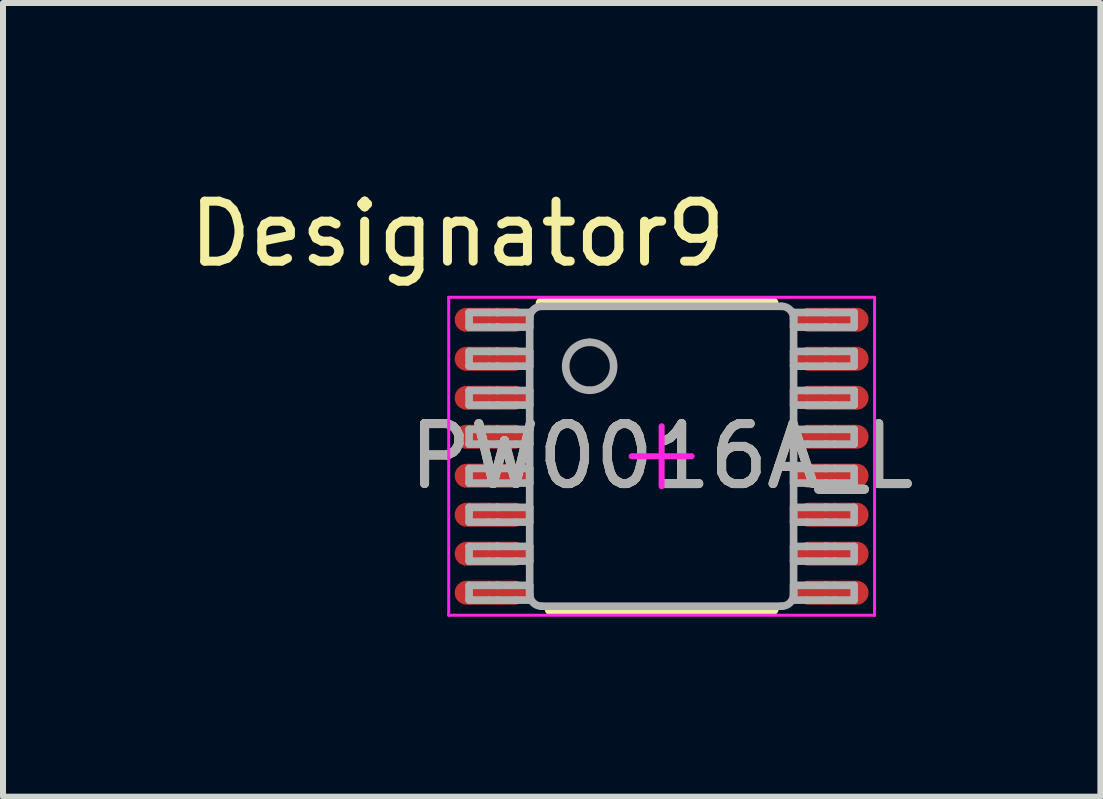
<source format=kicad_pcb>
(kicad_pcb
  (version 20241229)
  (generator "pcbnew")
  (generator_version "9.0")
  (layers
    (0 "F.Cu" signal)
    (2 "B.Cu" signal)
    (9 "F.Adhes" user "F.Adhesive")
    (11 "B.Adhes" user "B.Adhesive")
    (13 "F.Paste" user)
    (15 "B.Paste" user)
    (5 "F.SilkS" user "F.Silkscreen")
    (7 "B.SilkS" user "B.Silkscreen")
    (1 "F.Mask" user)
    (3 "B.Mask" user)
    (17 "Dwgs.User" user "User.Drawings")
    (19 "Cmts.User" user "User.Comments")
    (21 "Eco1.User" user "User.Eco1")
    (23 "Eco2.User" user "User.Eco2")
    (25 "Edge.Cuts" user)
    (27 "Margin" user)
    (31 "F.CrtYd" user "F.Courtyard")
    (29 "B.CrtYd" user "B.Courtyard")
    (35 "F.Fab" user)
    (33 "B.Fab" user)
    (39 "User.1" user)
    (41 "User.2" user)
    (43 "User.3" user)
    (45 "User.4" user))
  (footprint "PW0016A_L"
    (layer "F.Cu")
    (at 7.981 4.557)
    (property "Reference" "PW0016A_L" (at 0 0 0) (unlocked yes) (layer "F.SilkS") (effects (font (size 1 1) (thickness 0.15))))
    (attr smd)
    (fp_line (start -2 -2.55) (end 1.85 -2.55) (stroke (width 0.2) (type solid)) (layer "F.SilkS"))
    (fp_line (start -1.85 2.55) (end 1.85 2.55) (stroke (width 0.2) (type solid)) (layer "F.SilkS"))
    (fp_line (start -3.55 -2.65) (end 3.55 -2.65) (stroke (width 0.05) (type solid)) (layer "F.CrtYd"))
    (fp_line (start -3.55 2.65) (end -3.55 -2.65) (stroke (width 0.05) (type solid)) (layer "F.CrtYd"))
    (fp_line (start -3.55 2.65) (end 3.55 2.65) (stroke (width 0.05) (type solid)) (layer "F.CrtYd"))
    (fp_line (start -0.5 0) (end 0.5 0) (stroke (width 0.1) (type solid)) (layer "F.CrtYd"))
    (fp_line (start -0.000003 0.5) (end -0.000003 -0.5) (stroke (width 0.1) (type solid)) (layer "F.CrtYd"))
    (fp_line (start 3.55 2.65) (end 3.55 -2.65) (stroke (width 0.05) (type solid)) (layer "F.CrtYd"))
    (fp_line (start -3.21 -2.397) (end -2.887 -2.397) (stroke (width 0.127) (type solid)) (layer "F.Fab"))
    (fp_line (start -3.21 -2.153) (end -3.21 -2.397) (stroke (width 0.127) (type solid)) (layer "F.Fab"))
    (fp_line (start -3.21 -2.153) (end -2.887 -2.153) (stroke (width 0.127) (type solid)) (layer "F.Fab"))
    (fp_line (start -3.21 -1.748) (end -2.887 -1.748) (stroke (width 0.127) (type solid)) (layer "F.Fab"))
    (fp_line (start -3.21 -1.502) (end -3.21 -1.748) (stroke (width 0.127) (type solid)) (layer "F.Fab"))
    (fp_line (start -3.21 -1.502) (end -2.887 -1.502) (stroke (width 0.127) (type solid)) (layer "F.Fab"))
    (fp_line (start -3.21 -1.097) (end -2.887 -1.097) (stroke (width 0.127) (type solid)) (layer "F.Fab"))
    (fp_line (start -3.21 -0.853) (end -3.21 -1.097) (stroke (width 0.127) (type solid)) (layer "F.Fab"))
    (fp_line (start -3.21 -0.853) (end -2.887 -0.853) (stroke (width 0.127) (type solid)) (layer "F.Fab"))
    (fp_line (start -3.21 -0.448) (end -2.887 -0.448) (stroke (width 0.127) (type solid)) (layer "F.Fab"))
    (fp_line (start -3.21 -0.202) (end -3.21 -0.448) (stroke (width 0.127) (type solid)) (layer "F.Fab"))
    (fp_line (start -3.21 -0.202) (end -2.887 -0.202) (stroke (width 0.127) (type solid)) (layer "F.Fab"))
    (fp_line (start -3.21 0.203) (end -2.887 0.203) (stroke (width 0.127) (type solid)) (layer "F.Fab"))
    (fp_line (start -3.21 0.447) (end -3.21 0.203) (stroke (width 0.127) (type solid)) (layer "F.Fab"))
    (fp_line (start -3.21 0.447) (end -2.887 0.447) (stroke (width 0.127) (type solid)) (layer "F.Fab"))
    (fp_line (start -3.21 0.852) (end -2.887 0.852) (stroke (width 0.127) (type solid)) (layer "F.Fab"))
    (fp_line (start -3.21 1.098) (end -3.21 0.852) (stroke (width 0.127) (type solid)) (layer "F.Fab"))
    (fp_line (start -3.21 1.098) (end -2.887 1.098) (stroke (width 0.127) (type solid)) (layer "F.Fab"))
    (fp_line (start -3.21 1.503) (end -2.887 1.503) (stroke (width 0.127) (type solid)) (layer "F.Fab"))
    (fp_line (start -3.21 1.748) (end -3.21 1.503) (stroke (width 0.127) (type solid)) (layer "F.Fab"))
    (fp_line (start -3.21 1.748) (end -2.887 1.748) (stroke (width 0.127) (type solid)) (layer "F.Fab"))
    (fp_line (start -3.21 2.152) (end -2.887 2.152) (stroke (width 0.127) (type solid)) (layer "F.Fab"))
    (fp_line (start -3.21 2.398) (end -3.21 2.152) (stroke (width 0.127) (type solid)) (layer "F.Fab"))
    (fp_line (start -3.21 2.398) (end -2.887 2.398) (stroke (width 0.127) (type solid)) (layer "F.Fab"))
    (fp_line (start -2.887 -2.397) (end -2.739 -2.397) (stroke (width 0.127) (type solid)) (layer "F.Fab"))
    (fp_line (start -2.887 -2.153) (end -2.739 -2.153) (stroke (width 0.127) (type solid)) (layer "F.Fab"))
    (fp_line (start -2.887 -1.748) (end -2.739 -1.748) (stroke (width 0.127) (type solid)) (layer "F.Fab"))
    (fp_line (start -2.887 -1.502) (end -2.739 -1.502) (stroke (width 0.127) (type solid)) (layer "F.Fab"))
    (fp_line (start -2.887 -1.097) (end -2.739 -1.097) (stroke (width 0.127) (type solid)) (layer "F.Fab"))
    (fp_line (start -2.887 -0.853) (end -2.739 -0.853) (stroke (width 0.127) (type solid)) (layer "F.Fab"))
    (fp_line (start -2.887 -0.448) (end -2.739 -0.448) (stroke (width 0.127) (type solid)) (layer "F.Fab"))
    (fp_line (start -2.887 -0.202) (end -2.739 -0.202) (stroke (width 0.127) (type solid)) (layer "F.Fab"))
    (fp_line (start -2.887 0.203) (end -2.739 0.203) (stroke (width 0.127) (type solid)) (layer "F.Fab"))
    (fp_line (start -2.887 0.447) (end -2.739 0.447) (stroke (width 0.127) (type solid)) (layer "F.Fab"))
    (fp_line (start -2.887 0.852) (end -2.739 0.852) (stroke (width 0.127) (type solid)) (layer "F.Fab"))
    (fp_line (start -2.887 1.098) (end -2.739 1.098) (stroke (width 0.127) (type solid)) (layer "F.Fab"))
    (fp_line (start -2.887 1.503) (end -2.739 1.503) (stroke (width 0.127) (type solid)) (layer "F.Fab"))
    (fp_line (start -2.887 1.748) (end -2.739 1.748) (stroke (width 0.127) (type solid)) (layer "F.Fab"))
    (fp_line (start -2.887 2.152) (end -2.739 2.152) (stroke (width 0.127) (type solid)) (layer "F.Fab"))
    (fp_line (start -2.887 2.398) (end -2.739 2.398) (stroke (width 0.127) (type solid)) (layer "F.Fab"))
    (fp_line (start -2.739 -2.397) (end -2.733 -2.397) (stroke (width 0.127) (type solid)) (layer "F.Fab"))
    (fp_line (start -2.739 -2.153) (end -2.733 -2.153) (stroke (width 0.127) (type solid)) (layer "F.Fab"))
    (fp_line (start -2.739 -1.748) (end -2.733 -1.748) (stroke (width 0.127) (type solid)) (layer "F.Fab"))
    (fp_line (start -2.739 -1.502) (end -2.733 -1.502) (stroke (width 0.127) (type solid)) (layer "F.Fab"))
    (fp_line (start -2.739 -1.097) (end -2.733 -1.097) (stroke (width 0.127) (type solid)) (layer "F.Fab"))
    (fp_line (start -2.739 -0.853) (end -2.733 -0.853) (stroke (width 0.127) (type solid)) (layer "F.Fab"))
    (fp_line (start -2.739 -0.448) (end -2.733 -0.448) (stroke (width 0.127) (type solid)) (layer "F.Fab"))
    (fp_line (start -2.739 -0.202) (end -2.733 -0.202) (stroke (width 0.127) (type solid)) (layer "F.Fab"))
    (fp_line (start -2.739 0.203) (end -2.733 0.203) (stroke (width 0.127) (type solid)) (layer "F.Fab"))
    (fp_line (start -2.739 0.447) (end -2.733 0.447) (stroke (width 0.127) (type solid)) (layer "F.Fab"))
    (fp_line (start -2.739 0.852) (end -2.733 0.852) (stroke (width 0.127) (type solid)) (layer "F.Fab"))
    (fp_line (start -2.739 1.098) (end -2.733 1.098) (stroke (width 0.127) (type solid)) (layer "F.Fab"))
    (fp_line (start -2.739 1.503) (end -2.733 1.503) (stroke (width 0.127) (type solid)) (layer "F.Fab"))
    (fp_line (start -2.739 1.748) (end -2.733 1.748) (stroke (width 0.127) (type solid)) (layer "F.Fab"))
    (fp_line (start -2.739 2.152) (end -2.733 2.152) (stroke (width 0.127) (type solid)) (layer "F.Fab"))
    (fp_line (start -2.739 2.398) (end -2.733 2.398) (stroke (width 0.127) (type solid)) (layer "F.Fab"))
    (fp_line (start -2.733 -2.397) (end -2.431 -2.397) (stroke (width 0.127) (type solid)) (layer "F.Fab"))
    (fp_line (start -2.733 -2.153) (end -2.431 -2.153) (stroke (width 0.127) (type solid)) (layer "F.Fab"))
    (fp_line (start -2.733 -1.748) (end -2.431 -1.748) (stroke (width 0.127) (type solid)) (layer "F.Fab"))
    (fp_line (start -2.733 -1.502) (end -2.431 -1.502) (stroke (width 0.127) (type solid)) (layer "F.Fab"))
    (fp_line (start -2.733 -1.097) (end -2.431 -1.097) (stroke (width 0.127) (type solid)) (layer "F.Fab"))
    (fp_line (start -2.733 -0.853) (end -2.431 -0.853) (stroke (width 0.127) (type solid)) (layer "F.Fab"))
    (fp_line (start -2.733 -0.448) (end -2.431 -0.448) (stroke (width 0.127) (type solid)) (layer "F.Fab"))
    (fp_line (start -2.733 -0.202) (end -2.431 -0.202) (stroke (width 0.127) (type solid)) (layer "F.Fab"))
    (fp_line (start -2.733 0.203) (end -2.431 0.203) (stroke (width 0.127) (type solid)) (layer "F.Fab"))
    (fp_line (start -2.733 0.447) (end -2.431 0.447) (stroke (width 0.127) (type solid)) (layer "F.Fab"))
    (fp_line (start -2.733 0.852) (end -2.431 0.852) (stroke (width 0.127) (type solid)) (layer "F.Fab"))
    (fp_line (start -2.733 1.098) (end -2.431 1.098) (stroke (width 0.127) (type solid)) (layer "F.Fab"))
    (fp_line (start -2.733 1.503) (end -2.431 1.503) (stroke (width 0.127) (type solid)) (layer "F.Fab"))
    (fp_line (start -2.733 1.748) (end -2.431 1.748) (stroke (width 0.127) (type solid)) (layer "F.Fab"))
    (fp_line (start -2.733 2.152) (end -2.431 2.152) (stroke (width 0.127) (type solid)) (layer "F.Fab"))
    (fp_line (start -2.733 2.398) (end -2.431 2.398) (stroke (width 0.127) (type solid)) (layer "F.Fab"))
    (fp_line (start -2.431 -2.397) (end -2.2 -2.397) (stroke (width 0.127) (type solid)) (layer "F.Fab"))
    (fp_line (start -2.431 -2.153) (end -2.2 -2.153) (stroke (width 0.127) (type solid)) (layer "F.Fab"))
    (fp_line (start -2.431 -1.748) (end -2.2 -1.748) (stroke (width 0.127) (type solid)) (layer "F.Fab"))
    (fp_line (start -2.431 -1.502) (end -2.2 -1.502) (stroke (width 0.127) (type solid)) (layer "F.Fab"))
    (fp_line (start -2.431 -1.097) (end -2.2 -1.097) (stroke (width 0.127) (type solid)) (layer "F.Fab"))
    (fp_line (start -2.431 -0.853) (end -2.2 -0.853) (stroke (width 0.127) (type solid)) (layer "F.Fab"))
    (fp_line (start -2.431 -0.448) (end -2.2 -0.448) (stroke (width 0.127) (type solid)) (layer "F.Fab"))
    (fp_line (start -2.431 -0.202) (end -2.2 -0.202) (stroke (width 0.127) (type solid)) (layer "F.Fab"))
    (fp_line (start -2.431 0.203) (end -2.2 0.203) (stroke (width 0.127) (type solid)) (layer "F.Fab"))
    (fp_line (start -2.431 0.447) (end -2.2 0.447) (stroke (width 0.127) (type solid)) (layer "F.Fab"))
    (fp_line (start -2.431 0.852) (end -2.2 0.852) (stroke (width 0.127) (type solid)) (layer "F.Fab"))
    (fp_line (start -2.431 1.098) (end -2.2 1.098) (stroke (width 0.127) (type solid)) (layer "F.Fab"))
    (fp_line (start -2.431 1.503) (end -2.2 1.503) (stroke (width 0.127) (type solid)) (layer "F.Fab"))
    (fp_line (start -2.431 1.748) (end -2.2 1.748) (stroke (width 0.127) (type solid)) (layer "F.Fab"))
    (fp_line (start -2.431 2.152) (end -2.2 2.152) (stroke (width 0.127) (type solid)) (layer "F.Fab"))
    (fp_line (start -2.431 2.398) (end -2.2 2.398) (stroke (width 0.127) (type solid)) (layer "F.Fab"))
    (fp_line (start -2.2 -2.153) (end -2.2 -2.397) (stroke (width 0.127) (type solid)) (layer "F.Fab"))
    (fp_line (start -2.2 -1.502) (end -2.2 -1.748) (stroke (width 0.127) (type solid)) (layer "F.Fab"))
    (fp_line (start -2.2 -0.853) (end -2.2 -1.097) (stroke (width 0.127) (type solid)) (layer "F.Fab"))
    (fp_line (start -2.2 -0.202) (end -2.2 -0.448) (stroke (width 0.127) (type solid)) (layer "F.Fab"))
    (fp_line (start -2.2 0.447) (end -2.2 0.203) (stroke (width 0.127) (type solid)) (layer "F.Fab"))
    (fp_line (start -2.2 1.098) (end -2.2 0.852) (stroke (width 0.127) (type solid)) (layer "F.Fab"))
    (fp_line (start -2.2 1.748) (end -2.2 1.503) (stroke (width 0.127) (type solid)) (layer "F.Fab"))
    (fp_line (start -2.2 2.3) (end -2.2 -2.3) (stroke (width 0.127) (type solid)) (layer "F.Fab"))
    (fp_line (start -2.2 2.398) (end -2.2 2.152) (stroke (width 0.127) (type solid)) (layer "F.Fab"))
    (fp_line (start -2 -2.5) (end 2 -2.5) (stroke (width 0.127) (type solid)) (layer "F.Fab"))
    (fp_line (start -2 2.5) (end 2 2.5) (stroke (width 0.127) (type solid)) (layer "F.Fab"))
    (fp_line (start 2.2 -2.397) (end 2.43 -2.397) (stroke (width 0.127) (type solid)) (layer "F.Fab"))
    (fp_line (start 2.2 -2.153) (end 2.2 -2.397) (stroke (width 0.127) (type solid)) (layer "F.Fab"))
    (fp_line (start 2.2 -2.153) (end 2.43 -2.153) (stroke (width 0.127) (type solid)) (layer "F.Fab"))
    (fp_line (start 2.2 -1.748) (end 2.43 -1.748) (stroke (width 0.127) (type solid)) (layer "F.Fab"))
    (fp_line (start 2.2 -1.502) (end 2.2 -1.748) (stroke (width 0.127) (type solid)) (layer "F.Fab"))
    (fp_line (start 2.2 -1.502) (end 2.43 -1.502) (stroke (width 0.127) (type solid)) (layer "F.Fab"))
    (fp_line (start 2.2 -1.097) (end 2.43 -1.097) (stroke (width 0.127) (type solid)) (layer "F.Fab"))
    (fp_line (start 2.2 -0.853) (end 2.2 -1.097) (stroke (width 0.127) (type solid)) (layer "F.Fab"))
    (fp_line (start 2.2 -0.853) (end 2.43 -0.853) (stroke (width 0.127) (type solid)) (layer "F.Fab"))
    (fp_line (start 2.2 -0.448) (end 2.43 -0.448) (stroke (width 0.127) (type solid)) (layer "F.Fab"))
    (fp_line (start 2.2 -0.202) (end 2.2 -0.448) (stroke (width 0.127) (type solid)) (layer "F.Fab"))
    (fp_line (start 2.2 -0.202) (end 2.43 -0.202) (stroke (width 0.127) (type solid)) (layer "F.Fab"))
    (fp_line (start 2.2 0.203) (end 2.43 0.203) (stroke (width 0.127) (type solid)) (layer "F.Fab"))
    (fp_line (start 2.2 0.447) (end 2.2 0.203) (stroke (width 0.127) (type solid)) (layer "F.Fab"))
    (fp_line (start 2.2 0.447) (end 2.43 0.447) (stroke (width 0.127) (type solid)) (layer "F.Fab"))
    (fp_line (start 2.2 0.852) (end 2.43 0.852) (stroke (width 0.127) (type solid)) (layer "F.Fab"))
    (fp_line (start 2.2 1.098) (end 2.2 0.852) (stroke (width 0.127) (type solid)) (layer "F.Fab"))
    (fp_line (start 2.2 1.098) (end 2.43 1.098) (stroke (width 0.127) (type solid)) (layer "F.Fab"))
    (fp_line (start 2.2 1.503) (end 2.43 1.503) (stroke (width 0.127) (type solid)) (layer "F.Fab"))
    (fp_line (start 2.2 1.748) (end 2.2 1.503) (stroke (width 0.127) (type solid)) (layer "F.Fab"))
    (fp_line (start 2.2 1.748) (end 2.43 1.748) (stroke (width 0.127) (type solid)) (layer "F.Fab"))
    (fp_line (start 2.2 2.152) (end 2.43 2.152) (stroke (width 0.127) (type solid)) (layer "F.Fab"))
    (fp_line (start 2.2 2.3) (end 2.2 -2.3) (stroke (width 0.127) (type solid)) (layer "F.Fab"))
    (fp_line (start 2.2 2.398) (end 2.2 2.152) (stroke (width 0.127) (type solid)) (layer "F.Fab"))
    (fp_line (start 2.2 2.398) (end 2.43 2.398) (stroke (width 0.127) (type solid)) (layer "F.Fab"))
    (fp_line (start 2.43 -2.397) (end 2.733 -2.397) (stroke (width 0.127) (type solid)) (layer "F.Fab"))
    (fp_line (start 2.43 -2.153) (end 2.733 -2.153) (stroke (width 0.127) (type solid)) (layer "F.Fab"))
    (fp_line (start 2.43 -1.748) (end 2.733 -1.748) (stroke (width 0.127) (type solid)) (layer "F.Fab"))
    (fp_line (start 2.43 -1.502) (end 2.733 -1.502) (stroke (width 0.127) (type solid)) (layer "F.Fab"))
    (fp_line (start 2.43 -1.097) (end 2.733 -1.097) (stroke (width 0.127) (type solid)) (layer "F.Fab"))
    (fp_line (start 2.43 -0.853) (end 2.733 -0.853) (stroke (width 0.127) (type solid)) (layer "F.Fab"))
    (fp_line (start 2.43 -0.448) (end 2.733 -0.448) (stroke (width 0.127) (type solid)) (layer "F.Fab"))
    (fp_line (start 2.43 -0.202) (end 2.733 -0.202) (stroke (width 0.127) (type solid)) (layer "F.Fab"))
    (fp_line (start 2.43 0.203) (end 2.733 0.203) (stroke (width 0.127) (type solid)) (layer "F.Fab"))
    (fp_line (start 2.43 0.447) (end 2.733 0.447) (stroke (width 0.127) (type solid)) (layer "F.Fab"))
    (fp_line (start 2.43 0.852) (end 2.733 0.852) (stroke (width 0.127) (type solid)) (layer "F.Fab"))
    (fp_line (start 2.43 1.098) (end 2.733 1.098) (stroke (width 0.127) (type solid)) (layer "F.Fab"))
    (fp_line (start 2.43 1.503) (end 2.733 1.503) (stroke (width 0.127) (type solid)) (layer "F.Fab"))
    (fp_line (start 2.43 1.748) (end 2.733 1.748) (stroke (width 0.127) (type solid)) (layer "F.Fab"))
    (fp_line (start 2.43 2.152) (end 2.733 2.152) (stroke (width 0.127) (type solid)) (layer "F.Fab"))
    (fp_line (start 2.43 2.398) (end 2.733 2.398) (stroke (width 0.127) (type solid)) (layer "F.Fab"))
    (fp_line (start 2.733 -2.397) (end 2.739 -2.397) (stroke (width 0.127) (type solid)) (layer "F.Fab"))
    (fp_line (start 2.733 -2.153) (end 2.739 -2.153) (stroke (width 0.127) (type solid)) (layer "F.Fab"))
    (fp_line (start 2.733 -1.748) (end 2.739 -1.748) (stroke (width 0.127) (type solid)) (layer "F.Fab"))
    (fp_line (start 2.733 -1.502) (end 2.739 -1.502) (stroke (width 0.127) (type solid)) (layer "F.Fab"))
    (fp_line (start 2.733 -1.097) (end 2.739 -1.097) (stroke (width 0.127) (type solid)) (layer "F.Fab"))
    (fp_line (start 2.733 -0.853) (end 2.739 -0.853) (stroke (width 0.127) (type solid)) (layer "F.Fab"))
    (fp_line (start 2.733 -0.448) (end 2.739 -0.448) (stroke (width 0.127) (type solid)) (layer "F.Fab"))
    (fp_line (start 2.733 -0.202) (end 2.739 -0.202) (stroke (width 0.127) (type solid)) (layer "F.Fab"))
    (fp_line (start 2.733 0.203) (end 2.739 0.203) (stroke (width 0.127) (type solid)) (layer "F.Fab"))
    (fp_line (start 2.733 0.447) (end 2.739 0.447) (stroke (width 0.127) (type solid)) (layer "F.Fab"))
    (fp_line (start 2.733 0.852) (end 2.739 0.852) (stroke (width 0.127) (type solid)) (layer "F.Fab"))
    (fp_line (start 2.733 1.098) (end 2.739 1.098) (stroke (width 0.127) (type solid)) (layer "F.Fab"))
    (fp_line (start 2.733 1.503) (end 2.739 1.503) (stroke (width 0.127) (type solid)) (layer "F.Fab"))
    (fp_line (start 2.733 1.748) (end 2.739 1.748) (stroke (width 0.127) (type solid)) (layer "F.Fab"))
    (fp_line (start 2.733 2.152) (end 2.739 2.152) (stroke (width 0.127) (type solid)) (layer "F.Fab"))
    (fp_line (start 2.733 2.398) (end 2.739 2.398) (stroke (width 0.127) (type solid)) (layer "F.Fab"))
    (fp_line (start 2.739 -2.397) (end 2.887 -2.397) (stroke (width 0.127) (type solid)) (layer "F.Fab"))
    (fp_line (start 2.739 -2.153) (end 2.887 -2.153) (stroke (width 0.127) (type solid)) (layer "F.Fab"))
    (fp_line (start 2.739 -1.748) (end 2.887 -1.748) (stroke (width 0.127) (type solid)) (layer "F.Fab"))
    (fp_line (start 2.739 -1.502) (end 2.887 -1.502) (stroke (width 0.127) (type solid)) (layer "F.Fab"))
    (fp_line (start 2.739 -1.097) (end 2.887 -1.097) (stroke (width 0.127) (type solid)) (layer "F.Fab"))
    (fp_line (start 2.739 -0.853) (end 2.887 -0.853) (stroke (width 0.127) (type solid)) (layer "F.Fab"))
    (fp_line (start 2.739 -0.448) (end 2.887 -0.448) (stroke (width 0.127) (type solid)) (layer "F.Fab"))
    (fp_line (start 2.739 -0.202) (end 2.887 -0.202) (stroke (width 0.127) (type solid)) (layer "F.Fab"))
    (fp_line (start 2.739 0.203) (end 2.887 0.203) (stroke (width 0.127) (type solid)) (layer "F.Fab"))
    (fp_line (start 2.739 0.447) (end 2.887 0.447) (stroke (width 0.127) (type solid)) (layer "F.Fab"))
    (fp_line (start 2.739 0.852) (end 2.887 0.852) (stroke (width 0.127) (type solid)) (layer "F.Fab"))
    (fp_line (start 2.739 1.098) (end 2.887 1.098) (stroke (width 0.127) (type solid)) (layer "F.Fab"))
    (fp_line (start 2.739 1.503) (end 2.887 1.503) (stroke (width 0.127) (type solid)) (layer "F.Fab"))
    (fp_line (start 2.739 1.748) (end 2.887 1.748) (stroke (width 0.127) (type solid)) (layer "F.Fab"))
    (fp_line (start 2.739 2.152) (end 2.887 2.152) (stroke (width 0.127) (type solid)) (layer "F.Fab"))
    (fp_line (start 2.739 2.398) (end 2.887 2.398) (stroke (width 0.127) (type solid)) (layer "F.Fab"))
    (fp_line (start 2.887 -2.397) (end 3.21 -2.397) (stroke (width 0.127) (type solid)) (layer "F.Fab"))
    (fp_line (start 2.887 -2.153) (end 3.21 -2.153) (stroke (width 0.127) (type solid)) (layer "F.Fab"))
    (fp_line (start 2.887 -1.748) (end 3.21 -1.748) (stroke (width 0.127) (type solid)) (layer "F.Fab"))
    (fp_line (start 2.887 -1.502) (end 3.21 -1.502) (stroke (width 0.127) (type solid)) (layer "F.Fab"))
    (fp_line (start 2.887 -1.097) (end 3.21 -1.097) (stroke (width 0.127) (type solid)) (layer "F.Fab"))
    (fp_line (start 2.887 -0.853) (end 3.21 -0.853) (stroke (width 0.127) (type solid)) (layer "F.Fab"))
    (fp_line (start 2.887 -0.448) (end 3.21 -0.448) (stroke (width 0.127) (type solid)) (layer "F.Fab"))
    (fp_line (start 2.887 -0.202) (end 3.21 -0.202) (stroke (width 0.127) (type solid)) (layer "F.Fab"))
    (fp_line (start 2.887 0.203) (end 3.21 0.203) (stroke (width 0.127) (type solid)) (layer "F.Fab"))
    (fp_line (start 2.887 0.447) (end 3.21 0.447) (stroke (width 0.127) (type solid)) (layer "F.Fab"))
    (fp_line (start 2.887 0.852) (end 3.21 0.852) (stroke (width 0.127) (type solid)) (layer "F.Fab"))
    (fp_line (start 2.887 1.098) (end 3.21 1.098) (stroke (width 0.127) (type solid)) (layer "F.Fab"))
    (fp_line (start 2.887 1.503) (end 3.21 1.503) (stroke (width 0.127) (type solid)) (layer "F.Fab"))
    (fp_line (start 2.887 1.748) (end 3.21 1.748) (stroke (width 0.127) (type solid)) (layer "F.Fab"))
    (fp_line (start 2.887 2.152) (end 3.21 2.152) (stroke (width 0.127) (type solid)) (layer "F.Fab"))
    (fp_line (start 2.887 2.398) (end 3.21 2.398) (stroke (width 0.127) (type solid)) (layer "F.Fab"))
    (fp_line (start 3.21 -2.153) (end 3.21 -2.397) (stroke (width 0.127) (type solid)) (layer "F.Fab"))
    (fp_line (start 3.21 -1.502) (end 3.21 -1.748) (stroke (width 0.127) (type solid)) (layer "F.Fab"))
    (fp_line (start 3.21 -0.853) (end 3.21 -1.097) (stroke (width 0.127) (type solid)) (layer "F.Fab"))
    (fp_line (start 3.21 -0.202) (end 3.21 -0.448) (stroke (width 0.127) (type solid)) (layer "F.Fab"))
    (fp_line (start 3.21 0.447) (end 3.21 0.203) (stroke (width 0.127) (type solid)) (layer "F.Fab"))
    (fp_line (start 3.21 1.098) (end 3.21 0.852) (stroke (width 0.127) (type solid)) (layer "F.Fab"))
    (fp_line (start 3.21 1.748) (end 3.21 1.503) (stroke (width 0.127) (type solid)) (layer "F.Fab"))
    (fp_line (start 3.21 2.398) (end 3.21 2.152) (stroke (width 0.127) (type solid)) (layer "F.Fab"))
    (fp_arc (start -2.200001 -2.3) (mid -2.141422 -2.441421) (end -2.000001 -2.5) (stroke (width 0.127) (type solid)) (layer "F.Fab"))
    (fp_arc (start -2.000001 2.500015) (mid -2.141422 2.441437) (end -2.200001 2.300016) (stroke (width 0.127) (type solid)) (layer "F.Fab"))
    (fp_arc (start -1.200003 -1.900001) (mid -0.800003 -1.500002) (end -1.200003 -1.100003) (stroke (width 0.127) (type solid)) (layer "F.Fab"))
    (fp_arc (start -1.200003 -1.100003) (mid -1.600002 -1.500002) (end -1.200003 -1.900001) (stroke (width 0.127) (type solid)) (layer "F.Fab"))
    (fp_arc (start 1.999991 -2.5) (mid 2.141412 -2.441422) (end 2.199991 -2.3) (stroke (width 0.127) (type solid)) (layer "F.Fab"))
    (fp_arc (start 2.199991 2.300016) (mid 2.141412 2.441437) (end 1.999991 2.500015) (stroke (width 0.127) (type solid)) (layer "F.Fab"))
    (fp_text user "Designator9" (at -3.404 -3.708 0) (unlocked yes) (layer "F.SilkS") (effects (font (size 1 1) (thickness 0.15))))
    (fp_text user "${REFERENCE}" (at 0 0 0) (unlocked yes) (layer "F.Fab") (effects (font (size 1 1) (thickness 0.15))))
    (pad "1" smd oval (at -2.85 -2.275 90) (size 0.4 1.2) (layers "F.Cu" "F.Mask" "F.Paste"))
    (pad "2" smd oval (at -2.85 -1.625 90) (size 0.4 1.2) (layers "F.Cu" "F.Mask" "F.Paste"))
    (pad "3" smd oval (at -2.85 -0.975 90) (size 0.4 1.2) (layers "F.Cu" "F.Mask" "F.Paste"))
    (pad "4" smd oval (at -2.85 -0.325 90) (size 0.4 1.2) (layers "F.Cu" "F.Mask" "F.Paste"))
    (pad "5" smd oval (at -2.85 0.325 90) (size 0.4 1.2) (layers "F.Cu" "F.Mask" "F.Paste"))
    (pad "6" smd oval (at -2.85 0.975 90) (size 0.4 1.2) (layers "F.Cu" "F.Mask" "F.Paste"))
    (pad "7" smd oval (at -2.85 1.625 90) (size 0.4 1.2) (layers "F.Cu" "F.Mask" "F.Paste"))
    (pad "8" smd oval (at -2.85 2.275 90) (size 0.4 1.2) (layers "F.Cu" "F.Mask" "F.Paste"))
    (pad "9" smd oval (at 2.85 2.275 90) (size 0.4 1.2) (layers "F.Cu" "F.Mask" "F.Paste"))
    (pad "10" smd oval (at 2.85 1.625 90) (size 0.4 1.2) (layers "F.Cu" "F.Mask" "F.Paste"))
    (pad "11" smd oval (at 2.85 0.975 90) (size 0.4 1.2) (layers "F.Cu" "F.Mask" "F.Paste"))
    (pad "12" smd oval (at 2.85 0.325 90) (size 0.4 1.2) (layers "F.Cu" "F.Mask" "F.Paste"))
    (pad "13" smd oval (at 2.85 -0.325 90) (size 0.4 1.2) (layers "F.Cu" "F.Mask" "F.Paste"))
    (pad "14" smd oval (at 2.85 -0.975 90) (size 0.4 1.2) (layers "F.Cu" "F.Mask" "F.Paste"))
    (pad "15" smd oval (at 2.85 -1.625 90) (size 0.4 1.2) (layers "F.Cu" "F.Mask" "F.Paste"))
    (pad "16" smd oval (at 2.85 -2.275 90) (size 0.4 1.2) (layers "F.Cu" "F.Mask" "F.Paste")))
  (gr_rect
    (start -3 -3)
    (end 15.296 10.232)
    (stroke (width 0.1) (type default))
    (fill no)
    (layer "Edge.Cuts")))
</source>
